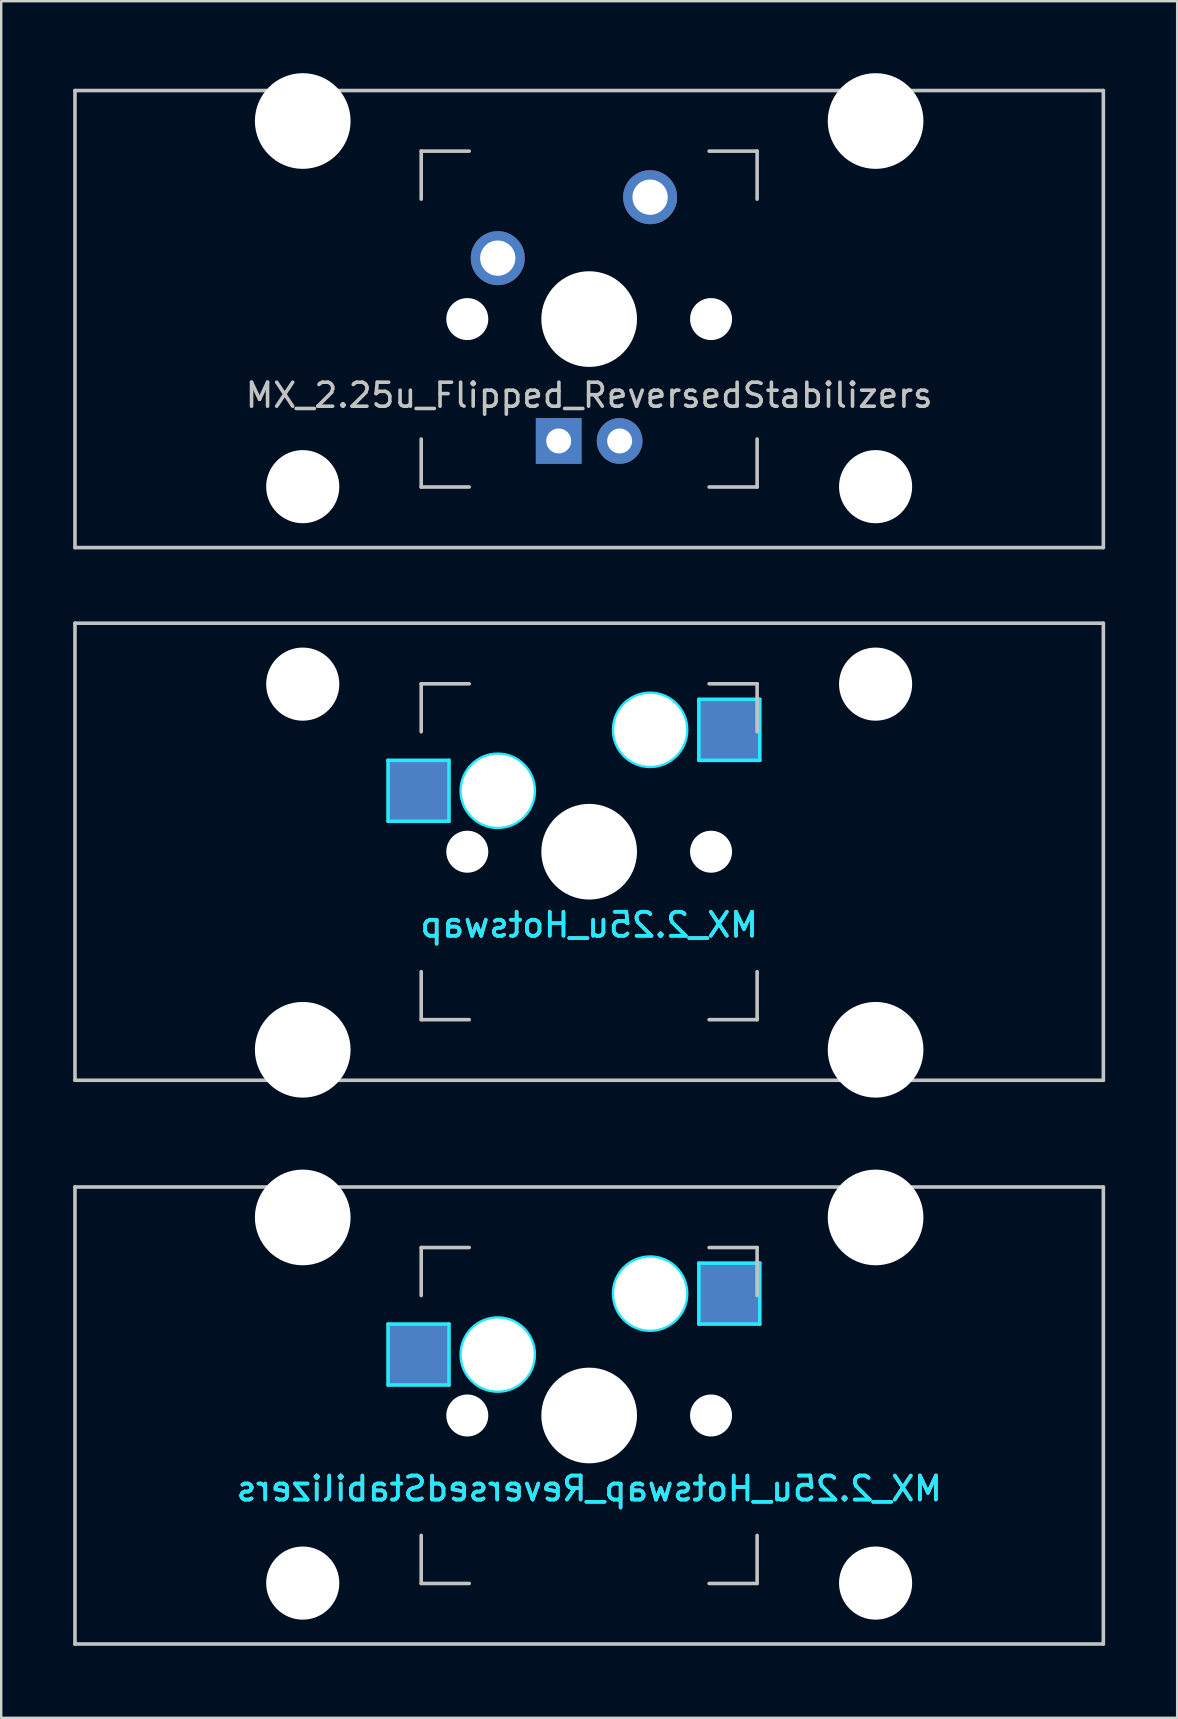
<source format=kicad_pcb>
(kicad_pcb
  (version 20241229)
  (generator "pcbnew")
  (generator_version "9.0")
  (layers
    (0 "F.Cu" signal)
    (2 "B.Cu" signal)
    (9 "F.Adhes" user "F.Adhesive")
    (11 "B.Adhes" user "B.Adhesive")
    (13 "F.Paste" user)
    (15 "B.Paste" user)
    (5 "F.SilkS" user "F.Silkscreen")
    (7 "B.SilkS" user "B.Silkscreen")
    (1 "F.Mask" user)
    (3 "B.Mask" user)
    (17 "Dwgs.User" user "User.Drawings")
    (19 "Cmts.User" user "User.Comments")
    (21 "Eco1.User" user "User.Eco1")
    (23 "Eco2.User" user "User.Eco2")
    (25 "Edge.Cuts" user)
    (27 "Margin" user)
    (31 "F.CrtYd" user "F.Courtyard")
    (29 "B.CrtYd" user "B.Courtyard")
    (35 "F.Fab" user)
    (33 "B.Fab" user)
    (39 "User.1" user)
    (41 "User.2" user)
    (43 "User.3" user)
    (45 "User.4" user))
  (footprint "MX_2.25u_Hotswap_ReversedStabilizers"
    (layer "F.Cu")
    (at 21.506 55.947)
    (property "Reference" "MX_2.25u_Hotswap_ReversedStabilizers" (at 0 3.048 0) (layer "B.CrtYd") (effects (font (size 1 1) (thickness 0.15)) (justify mirror)))
    (attr smd)
    (fp_line (start -21.431 -9.525) (end 21.431 -9.525) (stroke (width 0.15) (type solid)) (layer "Dwgs.User"))
    (fp_line (start -21.431 9.525) (end -21.431 -9.525) (stroke (width 0.15) (type solid)) (layer "Dwgs.User"))
    (fp_line (start -7 -7) (end -7 -5) (stroke (width 0.15) (type solid)) (layer "Dwgs.User"))
    (fp_line (start -7 5) (end -7 7) (stroke (width 0.15) (type solid)) (layer "Dwgs.User"))
    (fp_line (start -7 7) (end -5 7) (stroke (width 0.15) (type solid)) (layer "Dwgs.User"))
    (fp_line (start -5 -7) (end -7 -7) (stroke (width 0.15) (type solid)) (layer "Dwgs.User"))
    (fp_line (start 5 -7) (end 7 -7) (stroke (width 0.15) (type solid)) (layer "Dwgs.User"))
    (fp_line (start 5 7) (end 7 7) (stroke (width 0.15) (type solid)) (layer "Dwgs.User"))
    (fp_line (start 7 -7) (end 7 -5) (stroke (width 0.15) (type solid)) (layer "Dwgs.User"))
    (fp_line (start 7 7) (end 7 5) (stroke (width 0.15) (type solid)) (layer "Dwgs.User"))
    (fp_line (start 21.431 -9.525) (end 21.431 9.525) (stroke (width 0.15) (type solid)) (layer "Dwgs.User"))
    (fp_line (start 21.431 9.525) (end -21.431 9.525) (stroke (width 0.15) (type solid)) (layer "Dwgs.User"))
    (fp_line (start -8.382 -3.81) (end -5.842 -3.81) (stroke (width 0.15) (type solid)) (layer "B.CrtYd"))
    (fp_line (start -8.382 -1.27) (end -8.382 -3.81) (stroke (width 0.15) (type solid)) (layer "B.CrtYd"))
    (fp_line (start -5.842 -3.81) (end -5.842 -1.27) (stroke (width 0.15) (type solid)) (layer "B.CrtYd"))
    (fp_line (start -5.842 -1.27) (end -8.382 -1.27) (stroke (width 0.15) (type solid)) (layer "B.CrtYd"))
    (fp_line (start 4.572 -6.35) (end 7.112 -6.35) (stroke (width 0.15) (type solid)) (layer "B.CrtYd"))
    (fp_line (start 4.572 -3.81) (end 4.572 -6.35) (stroke (width 0.15) (type solid)) (layer "B.CrtYd"))
    (fp_line (start 7.112 -6.35) (end 7.112 -3.81) (stroke (width 0.15) (type solid)) (layer "B.CrtYd"))
    (fp_line (start 7.112 -3.81) (end 4.572 -3.81) (stroke (width 0.15) (type solid)) (layer "B.CrtYd"))
    (fp_circle (center -3.81 -2.54) (end -3.81 -4.064) (stroke (width 0.15) (type solid)) (fill no) (layer "B.CrtYd"))
    (fp_circle (center 2.54 -5.08) (end 2.54 -6.604) (stroke (width 0.15) (type solid)) (fill no) (layer "B.CrtYd"))
    (fp_text user "${REFERENCE}" (at 0 3.048 0) (layer "B.SilkS") (effects (font (size 1 1) (thickness 0.15)) (justify mirror)))
    (pad "" np_thru_hole circle (at -11.938 -8.255) (size 3.988 3.988) (drill 3.988) (layers "*.Cu" "*.Mask"))
    (pad "" np_thru_hole circle (at -11.938 6.985) (size 3.048 3.048) (drill 3.048) (layers "*.Cu" "*.Mask"))
    (pad "" np_thru_hole circle (at -5.08 0 48.1) (size 1.75 1.75) (drill 1.75) (layers "*.Cu" "*.Mask"))
    (pad "" np_thru_hole circle (at -3.81 -2.54) (size 3 3) (drill 3) (layers "*.Cu" "*.Mask"))
    (pad "" np_thru_hole circle (at 0 0) (size 3.988 3.988) (drill 3.988) (layers "*.Cu" "*.Mask"))
    (pad "" np_thru_hole circle (at 2.54 -5.08) (size 3 3) (drill 3) (layers "*.Cu" "*.Mask"))
    (pad "" np_thru_hole circle (at 5.08 0 48.1) (size 1.75 1.75) (drill 1.75) (layers "*.Cu" "*.Mask"))
    (pad "" np_thru_hole circle (at 11.938 -8.255) (size 3.988 3.988) (drill 3.988) (layers "*.Cu" "*.Mask"))
    (pad "" np_thru_hole circle (at 11.938 6.985) (size 3.048 3.048) (drill 3.048) (layers "*.Cu" "*.Mask"))
    (pad "1" smd rect (at -7.085 -2.54) (size 2.55 2.5) (layers "B.Cu" "B.Mask" "B.Paste"))
    (pad "2" smd rect (at 5.842 -5.08) (size 2.55 2.5) (layers "B.Cu" "B.Mask" "B.Paste")))
  (footprint "MX_2.25u_Hotswap"
    (layer "F.Cu")
    (at 21.506 32.449)
    (property "Reference" "MX_2.25u_Hotswap" (at 0 3.048 0) (layer "B.CrtYd") (effects (font (size 1 1) (thickness 0.15)) (justify mirror)))
    (attr smd)
    (fp_line (start -21.431 -9.525) (end 21.431 -9.525) (stroke (width 0.15) (type solid)) (layer "Dwgs.User"))
    (fp_line (start -21.431 9.525) (end -21.431 -9.525) (stroke (width 0.15) (type solid)) (layer "Dwgs.User"))
    (fp_line (start -7 -7) (end -7 -5) (stroke (width 0.15) (type solid)) (layer "Dwgs.User"))
    (fp_line (start -7 5) (end -7 7) (stroke (width 0.15) (type solid)) (layer "Dwgs.User"))
    (fp_line (start -7 7) (end -5 7) (stroke (width 0.15) (type solid)) (layer "Dwgs.User"))
    (fp_line (start -5 -7) (end -7 -7) (stroke (width 0.15) (type solid)) (layer "Dwgs.User"))
    (fp_line (start 5 -7) (end 7 -7) (stroke (width 0.15) (type solid)) (layer "Dwgs.User"))
    (fp_line (start 5 7) (end 7 7) (stroke (width 0.15) (type solid)) (layer "Dwgs.User"))
    (fp_line (start 7 -7) (end 7 -5) (stroke (width 0.15) (type solid)) (layer "Dwgs.User"))
    (fp_line (start 7 7) (end 7 5) (stroke (width 0.15) (type solid)) (layer "Dwgs.User"))
    (fp_line (start 21.431 -9.525) (end 21.431 9.525) (stroke (width 0.15) (type solid)) (layer "Dwgs.User"))
    (fp_line (start 21.431 9.525) (end -21.431 9.525) (stroke (width 0.15) (type solid)) (layer "Dwgs.User"))
    (fp_line (start -8.382 -3.81) (end -5.842 -3.81) (stroke (width 0.15) (type solid)) (layer "B.CrtYd"))
    (fp_line (start -8.382 -1.27) (end -8.382 -3.81) (stroke (width 0.15) (type solid)) (layer "B.CrtYd"))
    (fp_line (start -5.842 -3.81) (end -5.842 -1.27) (stroke (width 0.15) (type solid)) (layer "B.CrtYd"))
    (fp_line (start -5.842 -1.27) (end -8.382 -1.27) (stroke (width 0.15) (type solid)) (layer "B.CrtYd"))
    (fp_line (start 4.572 -6.35) (end 7.112 -6.35) (stroke (width 0.15) (type solid)) (layer "B.CrtYd"))
    (fp_line (start 4.572 -3.81) (end 4.572 -6.35) (stroke (width 0.15) (type solid)) (layer "B.CrtYd"))
    (fp_line (start 7.112 -6.35) (end 7.112 -3.81) (stroke (width 0.15) (type solid)) (layer "B.CrtYd"))
    (fp_line (start 7.112 -3.81) (end 4.572 -3.81) (stroke (width 0.15) (type solid)) (layer "B.CrtYd"))
    (fp_circle (center -3.81 -2.54) (end -3.81 -4.064) (stroke (width 0.15) (type solid)) (fill no) (layer "B.CrtYd"))
    (fp_circle (center 2.54 -5.08) (end 2.54 -6.604) (stroke (width 0.15) (type solid)) (fill no) (layer "B.CrtYd"))
    (fp_text user "${REFERENCE}" (at 0 3.048 0) (layer "B.SilkS") (effects (font (size 1 1) (thickness 0.15)) (justify mirror)))
    (pad "" np_thru_hole circle (at -11.938 -6.985) (size 3.048 3.048) (drill 3.048) (layers "*.Cu" "*.Mask"))
    (pad "" np_thru_hole circle (at -11.938 8.255) (size 3.988 3.988) (drill 3.988) (layers "*.Cu" "*.Mask"))
    (pad "" np_thru_hole circle (at -5.08 0 48.1) (size 1.75 1.75) (drill 1.75) (layers "*.Cu" "*.Mask"))
    (pad "" np_thru_hole circle (at -3.81 -2.54) (size 3 3) (drill 3) (layers "*.Cu" "*.Mask"))
    (pad "" np_thru_hole circle (at 0 0) (size 3.988 3.988) (drill 3.988) (layers "*.Cu" "*.Mask"))
    (pad "" np_thru_hole circle (at 2.54 -5.08) (size 3 3) (drill 3) (layers "*.Cu" "*.Mask"))
    (pad "" np_thru_hole circle (at 5.08 0 48.1) (size 1.75 1.75) (drill 1.75) (layers "*.Cu" "*.Mask"))
    (pad "" np_thru_hole circle (at 11.938 -6.985) (size 3.048 3.048) (drill 3.048) (layers "*.Cu" "*.Mask"))
    (pad "" np_thru_hole circle (at 11.938 8.255) (size 3.988 3.988) (drill 3.988) (layers "*.Cu" "*.Mask"))
    (pad "1" smd rect (at -7.085 -2.54) (size 2.55 2.5) (layers "B.Cu" "B.Mask" "B.Paste"))
    (pad "2" smd rect (at 5.842 -5.08) (size 2.55 2.5) (layers "B.Cu" "B.Mask" "B.Paste")))
  (footprint "MX_2.25u_Flipped_ReversedStabilizers"
    (layer "F.Cu")
    (at 21.506 10.249)
    (property "Reference" "MX_2.25u_Flipped_ReversedStabilizers" (at 0 3.175 0) (layer "Dwgs.User") (effects (font (size 1 1) (thickness 0.15))))
    (attr through_hole)
    (fp_line (start -21.431 -9.525) (end 21.431 -9.525) (stroke (width 0.15) (type solid)) (layer "Dwgs.User"))
    (fp_line (start -21.431 9.525) (end -21.431 -9.525) (stroke (width 0.15) (type solid)) (layer "Dwgs.User"))
    (fp_line (start -21.431 9.525) (end 21.431 9.525) (stroke (width 0.15) (type solid)) (layer "Dwgs.User"))
    (fp_line (start -7 -7) (end -7 -5) (stroke (width 0.15) (type solid)) (layer "Dwgs.User"))
    (fp_line (start -7 5) (end -7 7) (stroke (width 0.15) (type solid)) (layer "Dwgs.User"))
    (fp_line (start -7 7) (end -5 7) (stroke (width 0.15) (type solid)) (layer "Dwgs.User"))
    (fp_line (start -5 -7) (end -7 -7) (stroke (width 0.15) (type solid)) (layer "Dwgs.User"))
    (fp_line (start 5 -7) (end 7 -7) (stroke (width 0.15) (type solid)) (layer "Dwgs.User"))
    (fp_line (start 5 7) (end 7 7) (stroke (width 0.15) (type solid)) (layer "Dwgs.User"))
    (fp_line (start 7 -7) (end 7 -5) (stroke (width 0.15) (type solid)) (layer "Dwgs.User"))
    (fp_line (start 7 7) (end 7 5) (stroke (width 0.15) (type solid)) (layer "Dwgs.User"))
    (fp_line (start 21.431 -9.525) (end 21.431 9.525) (stroke (width 0.15) (type solid)) (layer "Dwgs.User"))
    (pad "" np_thru_hole circle (at -11.938 -8.255) (size 3.988 3.988) (drill 3.988) (layers "*.Cu" "*.Mask"))
    (pad "" np_thru_hole circle (at -11.938 6.985) (size 3.048 3.048) (drill 3.048) (layers "*.Cu" "*.Mask"))
    (pad "" np_thru_hole circle (at -5.08 0 48.1) (size 1.75 1.75) (drill 1.75) (layers "*.Cu" "*.Mask"))
    (pad "" np_thru_hole circle (at 0 0) (size 3.988 3.988) (drill 3.988) (layers "*.Cu" "*.Mask"))
    (pad "" np_thru_hole circle (at 5.08 0 48.1) (size 1.75 1.75) (drill 1.75) (layers "*.Cu" "*.Mask"))
    (pad "" np_thru_hole circle (at 11.938 -8.255) (size 3.988 3.988) (drill 3.988) (layers "*.Cu" "*.Mask"))
    (pad "" np_thru_hole circle (at 11.938 6.985) (size 3.048 3.048) (drill 3.048) (layers "*.Cu" "*.Mask"))
    (pad "1" thru_hole circle (at -3.81 -2.54) (size 2.25 2.25) (drill 1.47) (layers "*.Cu" "B.Mask"))
    (pad "2" thru_hole circle (at 2.54 -5.08) (size 2.25 2.25) (drill 1.47) (layers "*.Cu" "B.Mask"))
    (pad "3" thru_hole circle (at 1.27 5.08) (size 1.905 1.905) (drill 1.04) (layers "*.Cu" "B.Mask"))
    (pad "4" thru_hole rect (at -1.27 5.08) (size 1.905 1.905) (drill 1.04) (layers "*.Cu" "B.Mask")))
  (gr_rect
    (start -3 -3)
    (end 46.013 68.547)
    (stroke (width 0.1) (type default))
    (fill no)
    (layer "Edge.Cuts")))
</source>
